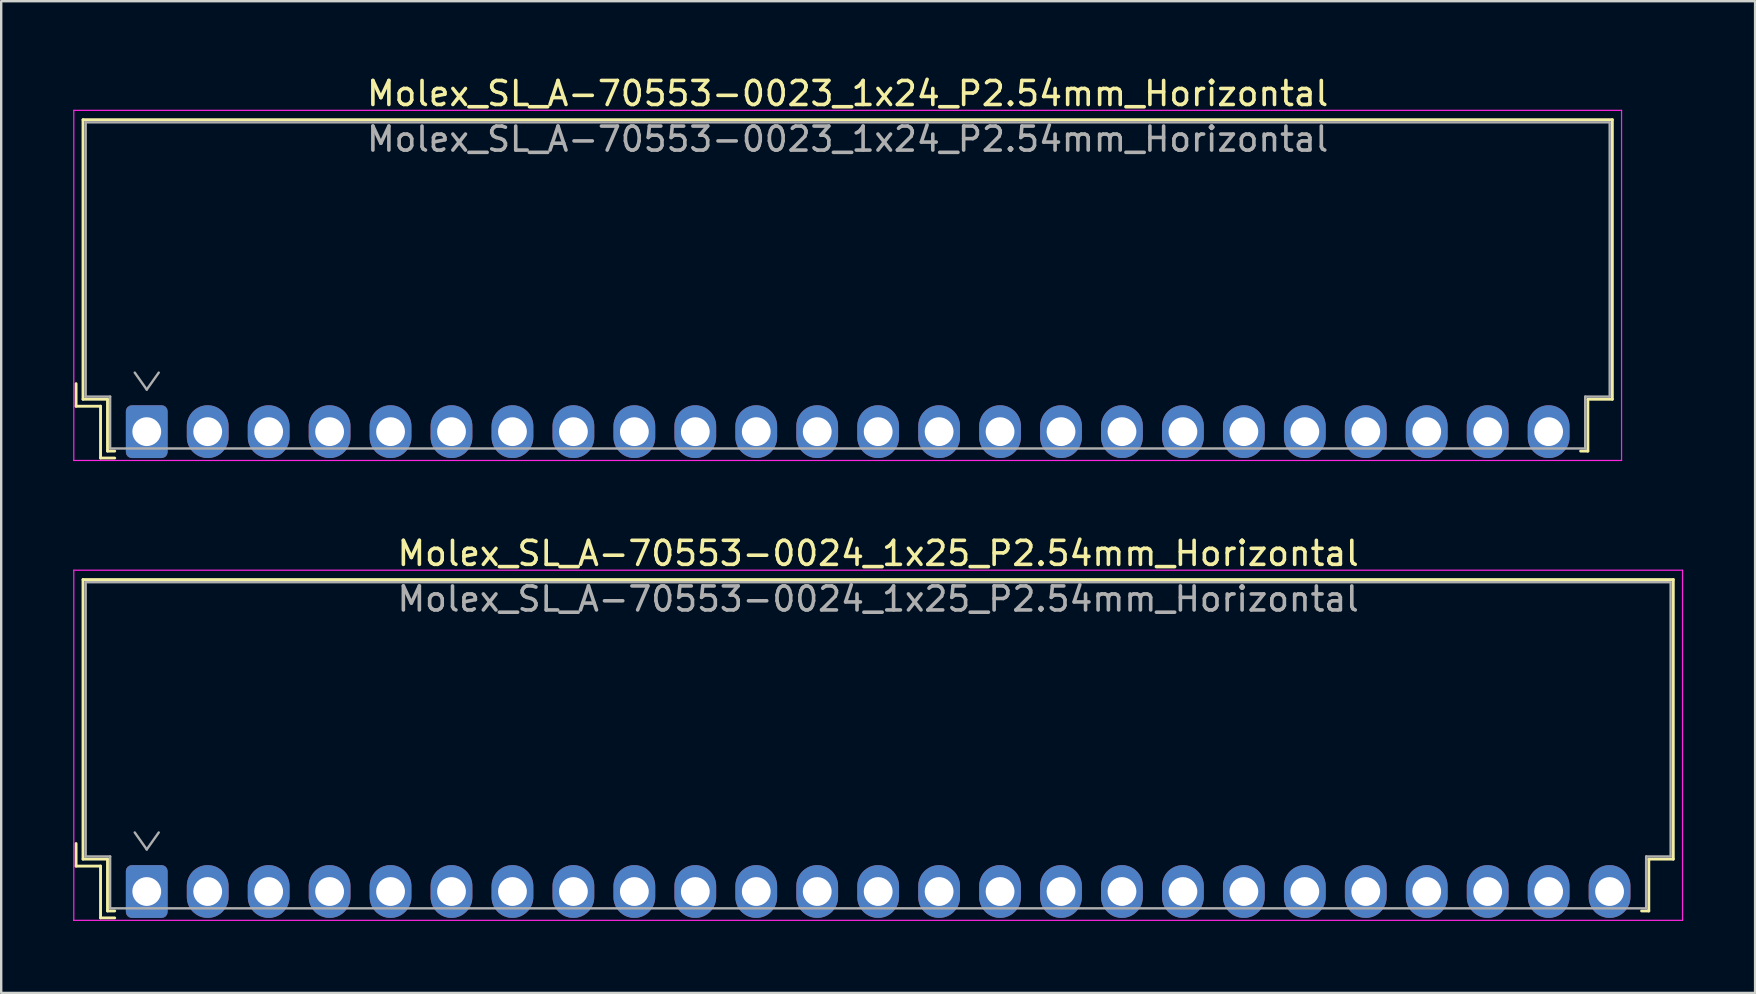
<source format=kicad_pcb>
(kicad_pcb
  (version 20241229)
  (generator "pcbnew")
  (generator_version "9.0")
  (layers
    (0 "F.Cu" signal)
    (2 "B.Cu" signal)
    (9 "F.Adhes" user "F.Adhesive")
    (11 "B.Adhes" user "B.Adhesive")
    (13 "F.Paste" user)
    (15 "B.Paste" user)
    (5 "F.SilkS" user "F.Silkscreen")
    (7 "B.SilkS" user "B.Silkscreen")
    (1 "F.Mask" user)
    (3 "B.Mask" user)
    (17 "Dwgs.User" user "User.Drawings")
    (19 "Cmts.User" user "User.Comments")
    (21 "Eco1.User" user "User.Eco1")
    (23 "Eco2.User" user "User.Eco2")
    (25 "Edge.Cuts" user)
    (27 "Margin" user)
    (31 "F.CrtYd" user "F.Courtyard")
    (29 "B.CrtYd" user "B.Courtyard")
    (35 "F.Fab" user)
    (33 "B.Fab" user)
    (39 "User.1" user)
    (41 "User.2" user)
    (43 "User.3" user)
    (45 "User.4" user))
  (footprint "Molex_SL_A-70553-0024_1x25_P2.54mm_Horizontal"
    (layer "F.Cu")
    (at 3.065 34.102)
    (property "Reference" "Molex_SL_A-70553-0024_1x25_P2.54mm_Horizontal" (at 30.48 -14.09 0) (layer "F.SilkS") (effects (font (size 1 1) (thickness 0.15))))
    (attr through_hole)
    (fp_line (start -2.945 -2) (end -2.945 -1.06) (stroke (width 0.12) (type solid)) (layer "F.SilkS"))
    (fp_line (start -2.945 -1.06) (end -1.925 -1.06) (stroke (width 0.12) (type solid)) (layer "F.SilkS"))
    (fp_line (start -2.655 -13) (end 63.615 -13) (stroke (width 0.12) (type solid)) (layer "F.SilkS"))
    (fp_line (start -2.655 -1.35) (end -2.655 -13) (stroke (width 0.12) (type solid)) (layer "F.SilkS"))
    (fp_line (start -2.655 -1.35) (end -1.635 -1.35) (stroke (width 0.12) (type solid)) (layer "F.SilkS"))
    (fp_line (start -1.925 -1.06) (end -1.925 1.1) (stroke (width 0.12) (type solid)) (layer "F.SilkS"))
    (fp_line (start -1.925 1.1) (end -1.335 1.1) (stroke (width 0.12) (type solid)) (layer "F.SilkS"))
    (fp_line (start -1.635 -1.35) (end -1.635 0.81) (stroke (width 0.12) (type solid)) (layer "F.SilkS"))
    (fp_line (start -1.635 0.81) (end -1.335 0.81) (stroke (width 0.12) (type solid)) (layer "F.SilkS"))
    (fp_line (start 62.595 -1.35) (end 62.595 0.81) (stroke (width 0.12) (type solid)) (layer "F.SilkS"))
    (fp_line (start 62.595 0.81) (end 62.295 0.81) (stroke (width 0.12) (type solid)) (layer "F.SilkS"))
    (fp_line (start 63.615 -13) (end 63.615 -1.35) (stroke (width 0.12) (type solid)) (layer "F.SilkS"))
    (fp_line (start 63.615 -1.35) (end 62.595 -1.35) (stroke (width 0.12) (type solid)) (layer "F.SilkS"))
    (fp_line (start -3.04 -13.39) (end -3.04 1.2) (stroke (width 0.05) (type solid)) (layer "F.CrtYd"))
    (fp_line (start -3.04 1.2) (end -3.04 1.2) (stroke (width 0.05) (type solid)) (layer "F.CrtYd"))
    (fp_line (start -3.04 1.2) (end -3.04 1.2) (stroke (width 0.05) (type solid)) (layer "F.CrtYd"))
    (fp_line (start -3.04 1.2) (end 64 1.2) (stroke (width 0.05) (type solid)) (layer "F.CrtYd"))
    (fp_line (start 64 -13.39) (end -3.04 -13.39) (stroke (width 0.05) (type solid)) (layer "F.CrtYd"))
    (fp_line (start 64 1.2) (end 64 -13.39) (stroke (width 0.05) (type solid)) (layer "F.CrtYd"))
    (fp_line (start 64 1.2) (end 64 1.2) (stroke (width 0.05) (type solid)) (layer "F.CrtYd"))
    (fp_line (start 64 1.2) (end 64 1.2) (stroke (width 0.05) (type solid)) (layer "F.CrtYd"))
    (fp_line (start -2.545 -12.89) (end -2.545 -1.46) (stroke (width 0.1) (type solid)) (layer "F.Fab"))
    (fp_line (start -2.545 -1.46) (end -1.525 -1.46) (stroke (width 0.1) (type solid)) (layer "F.Fab"))
    (fp_line (start -1.525 -1.46) (end -1.525 0.7) (stroke (width 0.1) (type solid)) (layer "F.Fab"))
    (fp_line (start -1.525 0.7) (end 62.485 0.7) (stroke (width 0.1) (type solid)) (layer "F.Fab"))
    (fp_line (start -0.5 -2.46) (end 0 -1.753) (stroke (width 0.1) (type solid)) (layer "F.Fab"))
    (fp_line (start 0 -1.753) (end 0.5 -2.46) (stroke (width 0.1) (type solid)) (layer "F.Fab"))
    (fp_line (start 62.485 -1.46) (end 63.505 -1.46) (stroke (width 0.1) (type solid)) (layer "F.Fab"))
    (fp_line (start 62.485 0.7) (end 62.485 -1.46) (stroke (width 0.1) (type solid)) (layer "F.Fab"))
    (fp_line (start 63.505 -12.89) (end -2.545 -12.89) (stroke (width 0.1) (type solid)) (layer "F.Fab"))
    (fp_line (start 63.505 -1.46) (end 63.505 -12.89) (stroke (width 0.1) (type solid)) (layer "F.Fab"))
    (fp_text user "${REFERENCE}" (at 30.48 -12.19 0) (layer "F.Fab") (effects (font (size 1 1) (thickness 0.15))))
    (pad "1" thru_hole roundrect (at 0 0) (size 1.74 2.2) (drill 1.2) (layers "*.Cu" "*.Mask") (roundrect_rratio 0.144))
    (pad "2" thru_hole oval (at 2.54 0) (size 1.74 2.2) (drill 1.2) (layers "*.Cu" "*.Mask"))
    (pad "3" thru_hole oval (at 5.08 0) (size 1.74 2.2) (drill 1.2) (layers "*.Cu" "*.Mask"))
    (pad "4" thru_hole oval (at 7.62 0) (size 1.74 2.2) (drill 1.2) (layers "*.Cu" "*.Mask"))
    (pad "5" thru_hole oval (at 10.16 0) (size 1.74 2.2) (drill 1.2) (layers "*.Cu" "*.Mask"))
    (pad "6" thru_hole oval (at 12.7 0) (size 1.74 2.2) (drill 1.2) (layers "*.Cu" "*.Mask"))
    (pad "7" thru_hole oval (at 15.24 0) (size 1.74 2.2) (drill 1.2) (layers "*.Cu" "*.Mask"))
    (pad "8" thru_hole oval (at 17.78 0) (size 1.74 2.2) (drill 1.2) (layers "*.Cu" "*.Mask"))
    (pad "9" thru_hole oval (at 20.32 0) (size 1.74 2.2) (drill 1.2) (layers "*.Cu" "*.Mask"))
    (pad "10" thru_hole oval (at 22.86 0) (size 1.74 2.2) (drill 1.2) (layers "*.Cu" "*.Mask"))
    (pad "11" thru_hole oval (at 25.4 0) (size 1.74 2.2) (drill 1.2) (layers "*.Cu" "*.Mask"))
    (pad "12" thru_hole oval (at 27.94 0) (size 1.74 2.2) (drill 1.2) (layers "*.Cu" "*.Mask"))
    (pad "13" thru_hole oval (at 30.48 0) (size 1.74 2.2) (drill 1.2) (layers "*.Cu" "*.Mask"))
    (pad "14" thru_hole oval (at 33.02 0) (size 1.74 2.2) (drill 1.2) (layers "*.Cu" "*.Mask"))
    (pad "15" thru_hole oval (at 35.56 0) (size 1.74 2.2) (drill 1.2) (layers "*.Cu" "*.Mask"))
    (pad "16" thru_hole oval (at 38.1 0) (size 1.74 2.2) (drill 1.2) (layers "*.Cu" "*.Mask"))
    (pad "17" thru_hole oval (at 40.64 0) (size 1.74 2.2) (drill 1.2) (layers "*.Cu" "*.Mask"))
    (pad "18" thru_hole oval (at 43.18 0) (size 1.74 2.2) (drill 1.2) (layers "*.Cu" "*.Mask"))
    (pad "19" thru_hole oval (at 45.72 0) (size 1.74 2.2) (drill 1.2) (layers "*.Cu" "*.Mask"))
    (pad "20" thru_hole oval (at 48.26 0) (size 1.74 2.2) (drill 1.2) (layers "*.Cu" "*.Mask"))
    (pad "21" thru_hole oval (at 50.8 0) (size 1.74 2.2) (drill 1.2) (layers "*.Cu" "*.Mask"))
    (pad "22" thru_hole oval (at 53.34 0) (size 1.74 2.2) (drill 1.2) (layers "*.Cu" "*.Mask"))
    (pad "23" thru_hole oval (at 55.88 0) (size 1.74 2.2) (drill 1.2) (layers "*.Cu" "*.Mask"))
    (pad "24" thru_hole oval (at 58.42 0) (size 1.74 2.2) (drill 1.2) (layers "*.Cu" "*.Mask"))
    (pad "25" thru_hole oval (at 60.96 0) (size 1.74 2.2) (drill 1.2) (layers "*.Cu" "*.Mask")))
  (footprint "Molex_SL_A-70553-0023_1x24_P2.54mm_Horizontal"
    (layer "F.Cu")
    (at 3.065 14.938)
    (property "Reference" "Molex_SL_A-70553-0023_1x24_P2.54mm_Horizontal" (at 29.21 -14.09 0) (layer "F.SilkS") (effects (font (size 1 1) (thickness 0.15))))
    (attr through_hole)
    (fp_line (start -2.945 -2) (end -2.945 -1.06) (stroke (width 0.12) (type solid)) (layer "F.SilkS"))
    (fp_line (start -2.945 -1.06) (end -1.925 -1.06) (stroke (width 0.12) (type solid)) (layer "F.SilkS"))
    (fp_line (start -2.655 -13) (end 61.075 -13) (stroke (width 0.12) (type solid)) (layer "F.SilkS"))
    (fp_line (start -2.655 -1.35) (end -2.655 -13) (stroke (width 0.12) (type solid)) (layer "F.SilkS"))
    (fp_line (start -2.655 -1.35) (end -1.635 -1.35) (stroke (width 0.12) (type solid)) (layer "F.SilkS"))
    (fp_line (start -1.925 -1.06) (end -1.925 1.1) (stroke (width 0.12) (type solid)) (layer "F.SilkS"))
    (fp_line (start -1.925 1.1) (end -1.335 1.1) (stroke (width 0.12) (type solid)) (layer "F.SilkS"))
    (fp_line (start -1.635 -1.35) (end -1.635 0.81) (stroke (width 0.12) (type solid)) (layer "F.SilkS"))
    (fp_line (start -1.635 0.81) (end -1.335 0.81) (stroke (width 0.12) (type solid)) (layer "F.SilkS"))
    (fp_line (start 60.055 -1.35) (end 60.055 0.81) (stroke (width 0.12) (type solid)) (layer "F.SilkS"))
    (fp_line (start 60.055 0.81) (end 59.755 0.81) (stroke (width 0.12) (type solid)) (layer "F.SilkS"))
    (fp_line (start 61.075 -13) (end 61.075 -1.35) (stroke (width 0.12) (type solid)) (layer "F.SilkS"))
    (fp_line (start 61.075 -1.35) (end 60.055 -1.35) (stroke (width 0.12) (type solid)) (layer "F.SilkS"))
    (fp_line (start -3.04 -13.39) (end -3.04 1.2) (stroke (width 0.05) (type solid)) (layer "F.CrtYd"))
    (fp_line (start -3.04 1.2) (end -3.04 1.2) (stroke (width 0.05) (type solid)) (layer "F.CrtYd"))
    (fp_line (start -3.04 1.2) (end -3.04 1.2) (stroke (width 0.05) (type solid)) (layer "F.CrtYd"))
    (fp_line (start -3.04 1.2) (end 61.46 1.2) (stroke (width 0.05) (type solid)) (layer "F.CrtYd"))
    (fp_line (start 61.46 -13.39) (end -3.04 -13.39) (stroke (width 0.05) (type solid)) (layer "F.CrtYd"))
    (fp_line (start 61.46 1.2) (end 61.46 -13.39) (stroke (width 0.05) (type solid)) (layer "F.CrtYd"))
    (fp_line (start 61.46 1.2) (end 61.46 1.2) (stroke (width 0.05) (type solid)) (layer "F.CrtYd"))
    (fp_line (start 61.46 1.2) (end 61.46 1.2) (stroke (width 0.05) (type solid)) (layer "F.CrtYd"))
    (fp_line (start -2.545 -12.89) (end -2.545 -1.46) (stroke (width 0.1) (type solid)) (layer "F.Fab"))
    (fp_line (start -2.545 -1.46) (end -1.525 -1.46) (stroke (width 0.1) (type solid)) (layer "F.Fab"))
    (fp_line (start -1.525 -1.46) (end -1.525 0.7) (stroke (width 0.1) (type solid)) (layer "F.Fab"))
    (fp_line (start -1.525 0.7) (end 59.945 0.7) (stroke (width 0.1) (type solid)) (layer "F.Fab"))
    (fp_line (start -0.5 -2.46) (end 0 -1.753) (stroke (width 0.1) (type solid)) (layer "F.Fab"))
    (fp_line (start 0 -1.753) (end 0.5 -2.46) (stroke (width 0.1) (type solid)) (layer "F.Fab"))
    (fp_line (start 59.945 -1.46) (end 60.965 -1.46) (stroke (width 0.1) (type solid)) (layer "F.Fab"))
    (fp_line (start 59.945 0.7) (end 59.945 -1.46) (stroke (width 0.1) (type solid)) (layer "F.Fab"))
    (fp_line (start 60.965 -12.89) (end -2.545 -12.89) (stroke (width 0.1) (type solid)) (layer "F.Fab"))
    (fp_line (start 60.965 -1.46) (end 60.965 -12.89) (stroke (width 0.1) (type solid)) (layer "F.Fab"))
    (fp_text user "${REFERENCE}" (at 29.21 -12.19 0) (layer "F.Fab") (effects (font (size 1 1) (thickness 0.15))))
    (pad "1" thru_hole roundrect (at 0 0) (size 1.74 2.2) (drill 1.2) (layers "*.Cu" "*.Mask") (roundrect_rratio 0.144))
    (pad "2" thru_hole oval (at 2.54 0) (size 1.74 2.2) (drill 1.2) (layers "*.Cu" "*.Mask"))
    (pad "3" thru_hole oval (at 5.08 0) (size 1.74 2.2) (drill 1.2) (layers "*.Cu" "*.Mask"))
    (pad "4" thru_hole oval (at 7.62 0) (size 1.74 2.2) (drill 1.2) (layers "*.Cu" "*.Mask"))
    (pad "5" thru_hole oval (at 10.16 0) (size 1.74 2.2) (drill 1.2) (layers "*.Cu" "*.Mask"))
    (pad "6" thru_hole oval (at 12.7 0) (size 1.74 2.2) (drill 1.2) (layers "*.Cu" "*.Mask"))
    (pad "7" thru_hole oval (at 15.24 0) (size 1.74 2.2) (drill 1.2) (layers "*.Cu" "*.Mask"))
    (pad "8" thru_hole oval (at 17.78 0) (size 1.74 2.2) (drill 1.2) (layers "*.Cu" "*.Mask"))
    (pad "9" thru_hole oval (at 20.32 0) (size 1.74 2.2) (drill 1.2) (layers "*.Cu" "*.Mask"))
    (pad "10" thru_hole oval (at 22.86 0) (size 1.74 2.2) (drill 1.2) (layers "*.Cu" "*.Mask"))
    (pad "11" thru_hole oval (at 25.4 0) (size 1.74 2.2) (drill 1.2) (layers "*.Cu" "*.Mask"))
    (pad "12" thru_hole oval (at 27.94 0) (size 1.74 2.2) (drill 1.2) (layers "*.Cu" "*.Mask"))
    (pad "13" thru_hole oval (at 30.48 0) (size 1.74 2.2) (drill 1.2) (layers "*.Cu" "*.Mask"))
    (pad "14" thru_hole oval (at 33.02 0) (size 1.74 2.2) (drill 1.2) (layers "*.Cu" "*.Mask"))
    (pad "15" thru_hole oval (at 35.56 0) (size 1.74 2.2) (drill 1.2) (layers "*.Cu" "*.Mask"))
    (pad "16" thru_hole oval (at 38.1 0) (size 1.74 2.2) (drill 1.2) (layers "*.Cu" "*.Mask"))
    (pad "17" thru_hole oval (at 40.64 0) (size 1.74 2.2) (drill 1.2) (layers "*.Cu" "*.Mask"))
    (pad "18" thru_hole oval (at 43.18 0) (size 1.74 2.2) (drill 1.2) (layers "*.Cu" "*.Mask"))
    (pad "19" thru_hole oval (at 45.72 0) (size 1.74 2.2) (drill 1.2) (layers "*.Cu" "*.Mask"))
    (pad "20" thru_hole oval (at 48.26 0) (size 1.74 2.2) (drill 1.2) (layers "*.Cu" "*.Mask"))
    (pad "21" thru_hole oval (at 50.8 0) (size 1.74 2.2) (drill 1.2) (layers "*.Cu" "*.Mask"))
    (pad "22" thru_hole oval (at 53.34 0) (size 1.74 2.2) (drill 1.2) (layers "*.Cu" "*.Mask"))
    (pad "23" thru_hole oval (at 55.88 0) (size 1.74 2.2) (drill 1.2) (layers "*.Cu" "*.Mask"))
    (pad "24" thru_hole oval (at 58.42 0) (size 1.74 2.2) (drill 1.2) (layers "*.Cu" "*.Mask")))
  (gr_rect
    (start -3 -3)
    (end 70.09 38.327)
    (stroke (width 0.1) (type default))
    (fill no)
    (layer "Edge.Cuts")))
</source>
